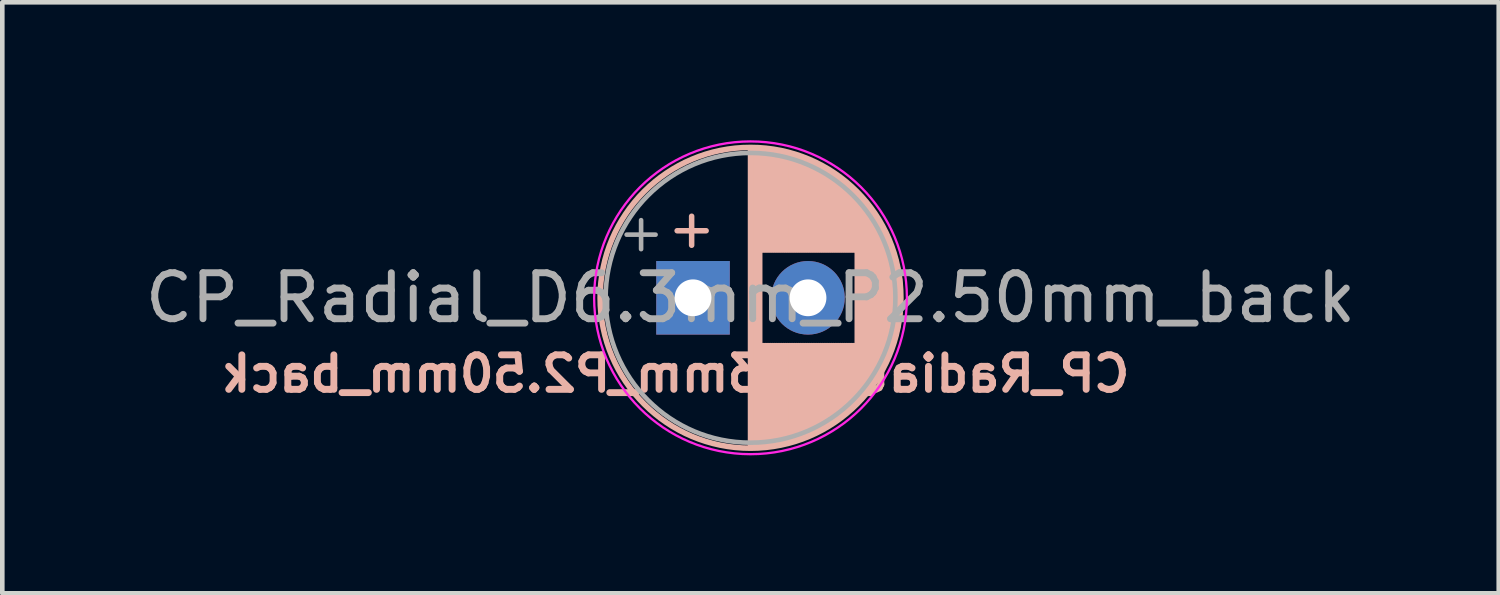
<source format=kicad_pcb>
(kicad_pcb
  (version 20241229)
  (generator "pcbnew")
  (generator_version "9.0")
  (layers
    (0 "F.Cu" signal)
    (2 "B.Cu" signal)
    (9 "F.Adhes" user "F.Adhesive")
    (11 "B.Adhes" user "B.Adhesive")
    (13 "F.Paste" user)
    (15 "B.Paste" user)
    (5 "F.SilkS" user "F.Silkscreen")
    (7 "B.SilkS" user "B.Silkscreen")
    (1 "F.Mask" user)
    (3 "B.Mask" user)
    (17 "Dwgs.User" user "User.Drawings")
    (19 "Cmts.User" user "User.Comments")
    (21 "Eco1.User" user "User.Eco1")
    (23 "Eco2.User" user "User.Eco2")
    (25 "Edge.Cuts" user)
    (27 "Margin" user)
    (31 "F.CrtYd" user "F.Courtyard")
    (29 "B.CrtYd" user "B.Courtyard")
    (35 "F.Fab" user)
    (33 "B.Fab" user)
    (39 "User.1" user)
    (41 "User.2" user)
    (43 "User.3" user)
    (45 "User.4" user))
  (footprint "CP_Radial_D6.3mm_P2.50mm_back"
    (layer "F.Cu")
    (at 12.018 3.425)
    (property "Reference" "CP_Radial_D6.3mm_P2.50mm_back" (at -0.381 1.651 0) (layer "B.SilkS") (effects (font (size 0.75 0.75) (thickness 0.15)) (justify mirror)))
    (attr through_hole)
    (fp_line (start -0.345 -1.458) (end 0.285 -1.458) (stroke (width 0.12) (type solid)) (layer "B.SilkS"))
    (fp_line (start -0.03 -1.773) (end -0.03 -1.143) (stroke (width 0.12) (type solid)) (layer "B.SilkS"))
    (fp_line (start 1.25 -3.23) (end 1.25 3.23) (stroke (width 0.12) (type solid)) (layer "B.SilkS"))
    (fp_line (start 1.29 -3.23) (end 1.29 3.23) (stroke (width 0.12) (type solid)) (layer "B.SilkS"))
    (fp_line (start 1.33 -3.23) (end 1.33 3.23) (stroke (width 0.12) (type solid)) (layer "B.SilkS"))
    (fp_line (start 1.37 -3.228) (end 1.37 3.228) (stroke (width 0.12) (type solid)) (layer "B.SilkS"))
    (fp_line (start 1.41 -3.227) (end 1.41 3.227) (stroke (width 0.12) (type solid)) (layer "B.SilkS"))
    (fp_line (start 1.45 -3.224) (end 1.45 3.224) (stroke (width 0.12) (type solid)) (layer "B.SilkS"))
    (fp_line (start 1.49 -3.222) (end 1.49 -1.04) (stroke (width 0.12) (type solid)) (layer "B.SilkS"))
    (fp_line (start 1.49 1.04) (end 1.49 3.222) (stroke (width 0.12) (type solid)) (layer "B.SilkS"))
    (fp_line (start 1.53 -3.218) (end 1.53 -1.04) (stroke (width 0.12) (type solid)) (layer "B.SilkS"))
    (fp_line (start 1.53 1.04) (end 1.53 3.218) (stroke (width 0.12) (type solid)) (layer "B.SilkS"))
    (fp_line (start 1.57 -3.215) (end 1.57 -1.04) (stroke (width 0.12) (type solid)) (layer "B.SilkS"))
    (fp_line (start 1.57 1.04) (end 1.57 3.215) (stroke (width 0.12) (type solid)) (layer "B.SilkS"))
    (fp_line (start 1.61 -3.211) (end 1.61 -1.04) (stroke (width 0.12) (type solid)) (layer "B.SilkS"))
    (fp_line (start 1.61 1.04) (end 1.61 3.211) (stroke (width 0.12) (type solid)) (layer "B.SilkS"))
    (fp_line (start 1.65 -3.206) (end 1.65 -1.04) (stroke (width 0.12) (type solid)) (layer "B.SilkS"))
    (fp_line (start 1.65 1.04) (end 1.65 3.206) (stroke (width 0.12) (type solid)) (layer "B.SilkS"))
    (fp_line (start 1.69 -3.201) (end 1.69 -1.04) (stroke (width 0.12) (type solid)) (layer "B.SilkS"))
    (fp_line (start 1.69 1.04) (end 1.69 3.201) (stroke (width 0.12) (type solid)) (layer "B.SilkS"))
    (fp_line (start 1.73 -3.195) (end 1.73 -1.04) (stroke (width 0.12) (type solid)) (layer "B.SilkS"))
    (fp_line (start 1.73 1.04) (end 1.73 3.195) (stroke (width 0.12) (type solid)) (layer "B.SilkS"))
    (fp_line (start 1.77 -3.189) (end 1.77 -1.04) (stroke (width 0.12) (type solid)) (layer "B.SilkS"))
    (fp_line (start 1.77 1.04) (end 1.77 3.189) (stroke (width 0.12) (type solid)) (layer "B.SilkS"))
    (fp_line (start 1.81 -3.182) (end 1.81 -1.04) (stroke (width 0.12) (type solid)) (layer "B.SilkS"))
    (fp_line (start 1.81 1.04) (end 1.81 3.182) (stroke (width 0.12) (type solid)) (layer "B.SilkS"))
    (fp_line (start 1.85 -3.175) (end 1.85 -1.04) (stroke (width 0.12) (type solid)) (layer "B.SilkS"))
    (fp_line (start 1.85 1.04) (end 1.85 3.175) (stroke (width 0.12) (type solid)) (layer "B.SilkS"))
    (fp_line (start 1.89 -3.167) (end 1.89 -1.04) (stroke (width 0.12) (type solid)) (layer "B.SilkS"))
    (fp_line (start 1.89 1.04) (end 1.89 3.167) (stroke (width 0.12) (type solid)) (layer "B.SilkS"))
    (fp_line (start 1.93 -3.159) (end 1.93 -1.04) (stroke (width 0.12) (type solid)) (layer "B.SilkS"))
    (fp_line (start 1.93 1.04) (end 1.93 3.159) (stroke (width 0.12) (type solid)) (layer "B.SilkS"))
    (fp_line (start 1.971 -3.15) (end 1.971 -1.04) (stroke (width 0.12) (type solid)) (layer "B.SilkS"))
    (fp_line (start 1.971 1.04) (end 1.971 3.15) (stroke (width 0.12) (type solid)) (layer "B.SilkS"))
    (fp_line (start 2.011 -3.141) (end 2.011 -1.04) (stroke (width 0.12) (type solid)) (layer "B.SilkS"))
    (fp_line (start 2.011 1.04) (end 2.011 3.141) (stroke (width 0.12) (type solid)) (layer "B.SilkS"))
    (fp_line (start 2.051 -3.131) (end 2.051 -1.04) (stroke (width 0.12) (type solid)) (layer "B.SilkS"))
    (fp_line (start 2.051 1.04) (end 2.051 3.131) (stroke (width 0.12) (type solid)) (layer "B.SilkS"))
    (fp_line (start 2.091 -3.121) (end 2.091 -1.04) (stroke (width 0.12) (type solid)) (layer "B.SilkS"))
    (fp_line (start 2.091 1.04) (end 2.091 3.121) (stroke (width 0.12) (type solid)) (layer "B.SilkS"))
    (fp_line (start 2.131 -3.11) (end 2.131 -1.04) (stroke (width 0.12) (type solid)) (layer "B.SilkS"))
    (fp_line (start 2.131 1.04) (end 2.131 3.11) (stroke (width 0.12) (type solid)) (layer "B.SilkS"))
    (fp_line (start 2.171 -3.098) (end 2.171 -1.04) (stroke (width 0.12) (type solid)) (layer "B.SilkS"))
    (fp_line (start 2.171 1.04) (end 2.171 3.098) (stroke (width 0.12) (type solid)) (layer "B.SilkS"))
    (fp_line (start 2.211 -3.086) (end 2.211 -1.04) (stroke (width 0.12) (type solid)) (layer "B.SilkS"))
    (fp_line (start 2.211 1.04) (end 2.211 3.086) (stroke (width 0.12) (type solid)) (layer "B.SilkS"))
    (fp_line (start 2.251 -3.074) (end 2.251 -1.04) (stroke (width 0.12) (type solid)) (layer "B.SilkS"))
    (fp_line (start 2.251 1.04) (end 2.251 3.074) (stroke (width 0.12) (type solid)) (layer "B.SilkS"))
    (fp_line (start 2.291 -3.061) (end 2.291 -1.04) (stroke (width 0.12) (type solid)) (layer "B.SilkS"))
    (fp_line (start 2.291 1.04) (end 2.291 3.061) (stroke (width 0.12) (type solid)) (layer "B.SilkS"))
    (fp_line (start 2.331 -3.047) (end 2.331 -1.04) (stroke (width 0.12) (type solid)) (layer "B.SilkS"))
    (fp_line (start 2.331 1.04) (end 2.331 3.047) (stroke (width 0.12) (type solid)) (layer "B.SilkS"))
    (fp_line (start 2.371 -3.033) (end 2.371 -1.04) (stroke (width 0.12) (type solid)) (layer "B.SilkS"))
    (fp_line (start 2.371 1.04) (end 2.371 3.033) (stroke (width 0.12) (type solid)) (layer "B.SilkS"))
    (fp_line (start 2.411 -3.018) (end 2.411 -1.04) (stroke (width 0.12) (type solid)) (layer "B.SilkS"))
    (fp_line (start 2.411 1.04) (end 2.411 3.018) (stroke (width 0.12) (type solid)) (layer "B.SilkS"))
    (fp_line (start 2.451 -3.002) (end 2.451 -1.04) (stroke (width 0.12) (type solid)) (layer "B.SilkS"))
    (fp_line (start 2.451 1.04) (end 2.451 3.002) (stroke (width 0.12) (type solid)) (layer "B.SilkS"))
    (fp_line (start 2.491 -2.986) (end 2.491 -1.04) (stroke (width 0.12) (type solid)) (layer "B.SilkS"))
    (fp_line (start 2.491 1.04) (end 2.491 2.986) (stroke (width 0.12) (type solid)) (layer "B.SilkS"))
    (fp_line (start 2.531 -2.97) (end 2.531 -1.04) (stroke (width 0.12) (type solid)) (layer "B.SilkS"))
    (fp_line (start 2.531 1.04) (end 2.531 2.97) (stroke (width 0.12) (type solid)) (layer "B.SilkS"))
    (fp_line (start 2.571 -2.952) (end 2.571 -1.04) (stroke (width 0.12) (type solid)) (layer "B.SilkS"))
    (fp_line (start 2.571 1.04) (end 2.571 2.952) (stroke (width 0.12) (type solid)) (layer "B.SilkS"))
    (fp_line (start 2.611 -2.934) (end 2.611 -1.04) (stroke (width 0.12) (type solid)) (layer "B.SilkS"))
    (fp_line (start 2.611 1.04) (end 2.611 2.934) (stroke (width 0.12) (type solid)) (layer "B.SilkS"))
    (fp_line (start 2.651 -2.916) (end 2.651 -1.04) (stroke (width 0.12) (type solid)) (layer "B.SilkS"))
    (fp_line (start 2.651 1.04) (end 2.651 2.916) (stroke (width 0.12) (type solid)) (layer "B.SilkS"))
    (fp_line (start 2.691 -2.896) (end 2.691 -1.04) (stroke (width 0.12) (type solid)) (layer "B.SilkS"))
    (fp_line (start 2.691 1.04) (end 2.691 2.896) (stroke (width 0.12) (type solid)) (layer "B.SilkS"))
    (fp_line (start 2.731 -2.876) (end 2.731 -1.04) (stroke (width 0.12) (type solid)) (layer "B.SilkS"))
    (fp_line (start 2.731 1.04) (end 2.731 2.876) (stroke (width 0.12) (type solid)) (layer "B.SilkS"))
    (fp_line (start 2.771 -2.856) (end 2.771 -1.04) (stroke (width 0.12) (type solid)) (layer "B.SilkS"))
    (fp_line (start 2.771 1.04) (end 2.771 2.856) (stroke (width 0.12) (type solid)) (layer "B.SilkS"))
    (fp_line (start 2.811 -2.834) (end 2.811 -1.04) (stroke (width 0.12) (type solid)) (layer "B.SilkS"))
    (fp_line (start 2.811 1.04) (end 2.811 2.834) (stroke (width 0.12) (type solid)) (layer "B.SilkS"))
    (fp_line (start 2.851 -2.812) (end 2.851 -1.04) (stroke (width 0.12) (type solid)) (layer "B.SilkS"))
    (fp_line (start 2.851 1.04) (end 2.851 2.812) (stroke (width 0.12) (type solid)) (layer "B.SilkS"))
    (fp_line (start 2.891 -2.79) (end 2.891 -1.04) (stroke (width 0.12) (type solid)) (layer "B.SilkS"))
    (fp_line (start 2.891 1.04) (end 2.891 2.79) (stroke (width 0.12) (type solid)) (layer "B.SilkS"))
    (fp_line (start 2.931 -2.766) (end 2.931 -1.04) (stroke (width 0.12) (type solid)) (layer "B.SilkS"))
    (fp_line (start 2.931 1.04) (end 2.931 2.766) (stroke (width 0.12) (type solid)) (layer "B.SilkS"))
    (fp_line (start 2.971 -2.742) (end 2.971 -1.04) (stroke (width 0.12) (type solid)) (layer "B.SilkS"))
    (fp_line (start 2.971 1.04) (end 2.971 2.742) (stroke (width 0.12) (type solid)) (layer "B.SilkS"))
    (fp_line (start 3.011 -2.716) (end 3.011 -1.04) (stroke (width 0.12) (type solid)) (layer "B.SilkS"))
    (fp_line (start 3.011 1.04) (end 3.011 2.716) (stroke (width 0.12) (type solid)) (layer "B.SilkS"))
    (fp_line (start 3.051 -2.69) (end 3.051 -1.04) (stroke (width 0.12) (type solid)) (layer "B.SilkS"))
    (fp_line (start 3.051 1.04) (end 3.051 2.69) (stroke (width 0.12) (type solid)) (layer "B.SilkS"))
    (fp_line (start 3.091 -2.664) (end 3.091 -1.04) (stroke (width 0.12) (type solid)) (layer "B.SilkS"))
    (fp_line (start 3.091 1.04) (end 3.091 2.664) (stroke (width 0.12) (type solid)) (layer "B.SilkS"))
    (fp_line (start 3.131 -2.636) (end 3.131 -1.04) (stroke (width 0.12) (type solid)) (layer "B.SilkS"))
    (fp_line (start 3.131 1.04) (end 3.131 2.636) (stroke (width 0.12) (type solid)) (layer "B.SilkS"))
    (fp_line (start 3.171 -2.607) (end 3.171 -1.04) (stroke (width 0.12) (type solid)) (layer "B.SilkS"))
    (fp_line (start 3.171 1.04) (end 3.171 2.607) (stroke (width 0.12) (type solid)) (layer "B.SilkS"))
    (fp_line (start 3.211 -2.578) (end 3.211 -1.04) (stroke (width 0.12) (type solid)) (layer "B.SilkS"))
    (fp_line (start 3.211 1.04) (end 3.211 2.578) (stroke (width 0.12) (type solid)) (layer "B.SilkS"))
    (fp_line (start 3.251 -2.548) (end 3.251 -1.04) (stroke (width 0.12) (type solid)) (layer "B.SilkS"))
    (fp_line (start 3.251 1.04) (end 3.251 2.548) (stroke (width 0.12) (type solid)) (layer "B.SilkS"))
    (fp_line (start 3.291 -2.516) (end 3.291 -1.04) (stroke (width 0.12) (type solid)) (layer "B.SilkS"))
    (fp_line (start 3.291 1.04) (end 3.291 2.516) (stroke (width 0.12) (type solid)) (layer "B.SilkS"))
    (fp_line (start 3.331 -2.484) (end 3.331 -1.04) (stroke (width 0.12) (type solid)) (layer "B.SilkS"))
    (fp_line (start 3.331 1.04) (end 3.331 2.484) (stroke (width 0.12) (type solid)) (layer "B.SilkS"))
    (fp_line (start 3.371 -2.45) (end 3.371 -1.04) (stroke (width 0.12) (type solid)) (layer "B.SilkS"))
    (fp_line (start 3.371 1.04) (end 3.371 2.45) (stroke (width 0.12) (type solid)) (layer "B.SilkS"))
    (fp_line (start 3.411 -2.416) (end 3.411 -1.04) (stroke (width 0.12) (type solid)) (layer "B.SilkS"))
    (fp_line (start 3.411 1.04) (end 3.411 2.416) (stroke (width 0.12) (type solid)) (layer "B.SilkS"))
    (fp_line (start 3.451 -2.38) (end 3.451 -1.04) (stroke (width 0.12) (type solid)) (layer "B.SilkS"))
    (fp_line (start 3.451 1.04) (end 3.451 2.38) (stroke (width 0.12) (type solid)) (layer "B.SilkS"))
    (fp_line (start 3.491 -2.343) (end 3.491 -1.04) (stroke (width 0.12) (type solid)) (layer "B.SilkS"))
    (fp_line (start 3.491 1.04) (end 3.491 2.343) (stroke (width 0.12) (type solid)) (layer "B.SilkS"))
    (fp_line (start 3.531 -2.305) (end 3.531 -1.04) (stroke (width 0.12) (type solid)) (layer "B.SilkS"))
    (fp_line (start 3.531 1.04) (end 3.531 2.305) (stroke (width 0.12) (type solid)) (layer "B.SilkS"))
    (fp_line (start 3.571 -2.265) (end 3.571 2.265) (stroke (width 0.12) (type solid)) (layer "B.SilkS"))
    (fp_line (start 3.611 -2.224) (end 3.611 2.224) (stroke (width 0.12) (type solid)) (layer "B.SilkS"))
    (fp_line (start 3.651 -2.182) (end 3.651 2.182) (stroke (width 0.12) (type solid)) (layer "B.SilkS"))
    (fp_line (start 3.691 -2.137) (end 3.691 2.137) (stroke (width 0.12) (type solid)) (layer "B.SilkS"))
    (fp_line (start 3.731 -2.092) (end 3.731 2.092) (stroke (width 0.12) (type solid)) (layer "B.SilkS"))
    (fp_line (start 3.771 -2.044) (end 3.771 2.044) (stroke (width 0.12) (type solid)) (layer "B.SilkS"))
    (fp_line (start 3.811 -1.995) (end 3.811 1.995) (stroke (width 0.12) (type solid)) (layer "B.SilkS"))
    (fp_line (start 3.851 -1.944) (end 3.851 1.944) (stroke (width 0.12) (type solid)) (layer "B.SilkS"))
    (fp_line (start 3.891 -1.89) (end 3.891 1.89) (stroke (width 0.12) (type solid)) (layer "B.SilkS"))
    (fp_line (start 3.931 -1.834) (end 3.931 1.834) (stroke (width 0.12) (type solid)) (layer "B.SilkS"))
    (fp_line (start 3.971 -1.776) (end 3.971 1.776) (stroke (width 0.12) (type solid)) (layer "B.SilkS"))
    (fp_line (start 4.011 -1.714) (end 4.011 1.714) (stroke (width 0.12) (type solid)) (layer "B.SilkS"))
    (fp_line (start 4.051 -1.65) (end 4.051 1.65) (stroke (width 0.12) (type solid)) (layer "B.SilkS"))
    (fp_line (start 4.091 -1.581) (end 4.091 1.581) (stroke (width 0.12) (type solid)) (layer "B.SilkS"))
    (fp_line (start 4.131 -1.509) (end 4.131 1.509) (stroke (width 0.12) (type solid)) (layer "B.SilkS"))
    (fp_line (start 4.171 -1.432) (end 4.171 1.432) (stroke (width 0.12) (type solid)) (layer "B.SilkS"))
    (fp_line (start 4.211 -1.35) (end 4.211 1.35) (stroke (width 0.12) (type solid)) (layer "B.SilkS"))
    (fp_line (start 4.251 -1.262) (end 4.251 1.262) (stroke (width 0.12) (type solid)) (layer "B.SilkS"))
    (fp_line (start 4.291 -1.165) (end 4.291 1.165) (stroke (width 0.12) (type solid)) (layer "B.SilkS"))
    (fp_line (start 4.331 -1.059) (end 4.331 1.059) (stroke (width 0.12) (type solid)) (layer "B.SilkS"))
    (fp_line (start 4.371 -0.94) (end 4.371 0.94) (stroke (width 0.12) (type solid)) (layer "B.SilkS"))
    (fp_line (start 4.411 -0.802) (end 4.411 0.802) (stroke (width 0.12) (type solid)) (layer "B.SilkS"))
    (fp_line (start 4.451 -0.633) (end 4.451 0.633) (stroke (width 0.12) (type solid)) (layer "B.SilkS"))
    (fp_line (start 4.491 -0.402) (end 4.491 0.402) (stroke (width 0.12) (type solid)) (layer "B.SilkS"))
    (fp_circle (center 1.25 0) (end 4.52 0) (stroke (width 0.12) (type solid)) (fill no) (layer "B.SilkS"))
    (fp_circle (center 1.25 0) (end 4.65 0) (stroke (width 0.05) (type solid)) (fill no) (layer "F.CrtYd"))
    (fp_line (start -1.444 -1.373) (end -0.814 -1.373) (stroke (width 0.1) (type solid)) (layer "F.Fab"))
    (fp_line (start -1.129 -1.688) (end -1.129 -1.058) (stroke (width 0.1) (type solid)) (layer "F.Fab"))
    (fp_circle (center 1.25 0) (end 4.4 0) (stroke (width 0.1) (type solid)) (fill no) (layer "F.Fab"))
    (fp_text user "${REFERENCE}" (at 1.25 0 0) (layer "F.Fab") (effects (font (size 1 1) (thickness 0.15))))
    (pad "1" thru_hole rect (at 0 0) (size 1.6 1.6) (drill 0.8) (layers "*.Cu" "*.Mask"))
    (pad "2" thru_hole circle (at 2.5 0) (size 1.6 1.6) (drill 0.8) (layers "*.Cu" "*.Mask")))
  (gr_rect
    (start -3 -3)
    (end 29.536 9.85)
    (stroke (width 0.1) (type default))
    (fill no)
    (layer "Edge.Cuts")))
</source>
